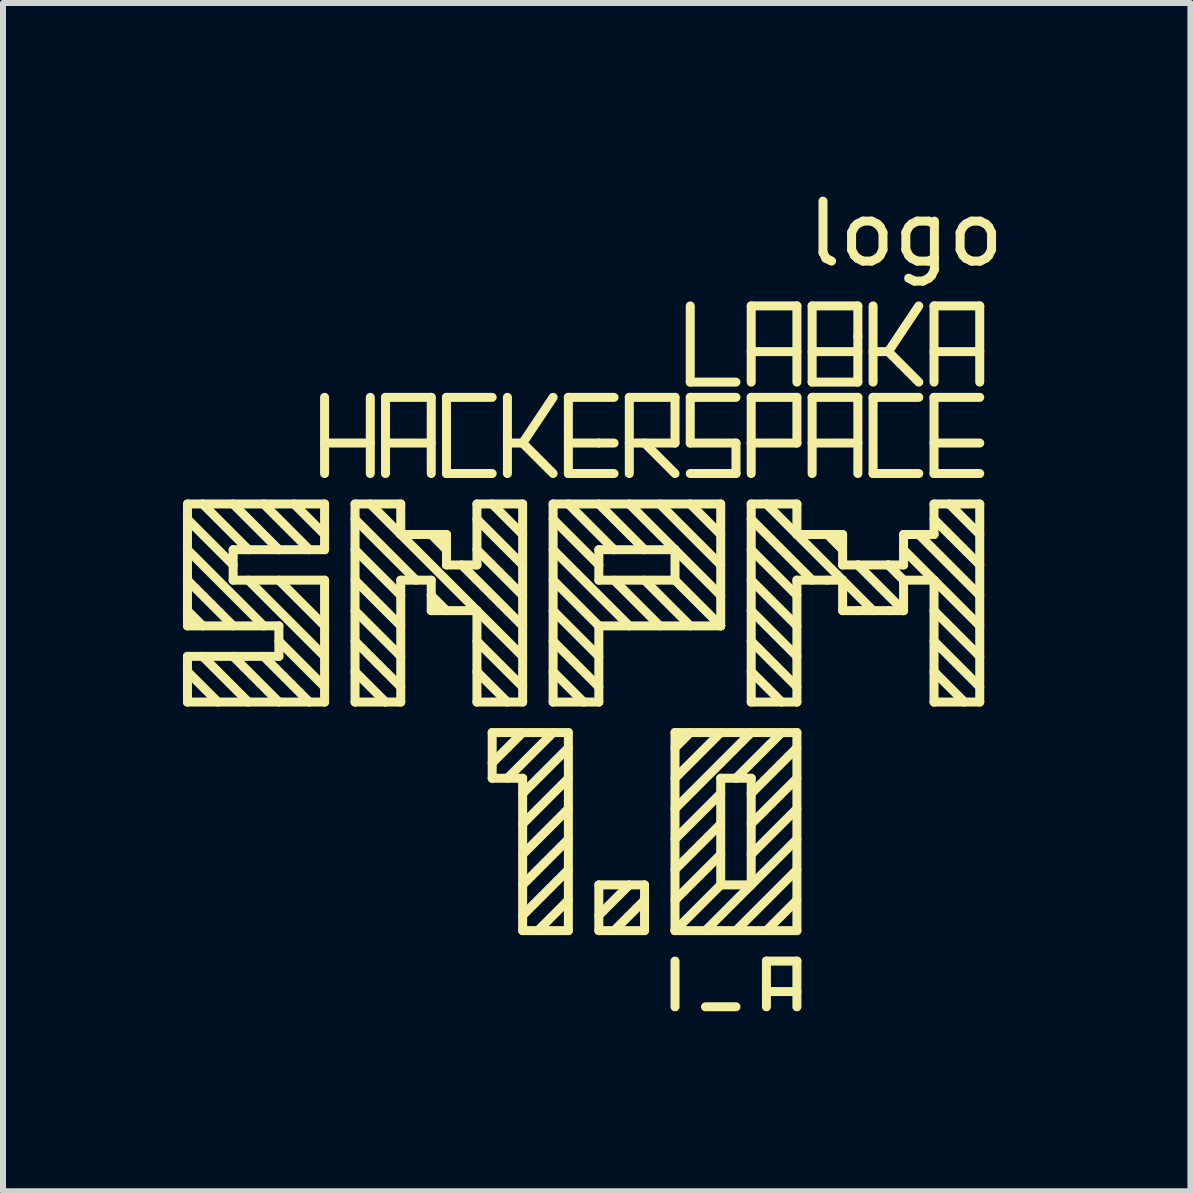
<source format=kicad_pcb>
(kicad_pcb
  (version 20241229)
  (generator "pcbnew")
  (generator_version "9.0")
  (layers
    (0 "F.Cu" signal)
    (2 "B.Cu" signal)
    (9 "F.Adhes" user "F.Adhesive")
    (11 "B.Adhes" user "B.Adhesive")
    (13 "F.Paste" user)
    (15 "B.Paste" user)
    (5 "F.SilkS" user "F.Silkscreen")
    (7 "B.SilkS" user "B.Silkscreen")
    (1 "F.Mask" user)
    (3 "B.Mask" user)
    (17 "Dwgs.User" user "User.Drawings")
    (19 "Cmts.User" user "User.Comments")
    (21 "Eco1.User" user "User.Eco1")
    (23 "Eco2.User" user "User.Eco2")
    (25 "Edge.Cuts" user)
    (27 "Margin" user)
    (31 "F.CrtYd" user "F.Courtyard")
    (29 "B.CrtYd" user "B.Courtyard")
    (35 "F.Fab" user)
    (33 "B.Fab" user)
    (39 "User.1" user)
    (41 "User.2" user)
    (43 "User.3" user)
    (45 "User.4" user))
  (footprint "logo"
    (layer "F.Cu")
    (at 7.187 6.622)
    (property "Reference" "logo" (at 4.864 -5.774 0) (layer "F.SilkS") (effects (font (size 1 1) (thickness 0.15))))
    (attr through_hole)
    (fp_line (start -7.112 -1.27) (end -4.826 -1.27) (stroke (width 0.15) (type solid)) (layer "F.SilkS"))
    (fp_line (start -7.112 0) (end -6.35 0.762) (stroke (width 0.15) (type solid)) (layer "F.SilkS"))
    (fp_line (start -7.112 0.508) (end -6.858 0.762) (stroke (width 0.15) (type solid)) (layer "F.SilkS"))
    (fp_line (start -7.112 0.762) (end -7.112 -1.27) (stroke (width 0.15) (type solid)) (layer "F.SilkS"))
    (fp_line (start -7.112 1.27) (end -5.588 1.27) (stroke (width 0.15) (type solid)) (layer "F.SilkS"))
    (fp_line (start -7.112 1.524) (end -6.604 2.032) (stroke (width 0.15) (type solid)) (layer "F.SilkS"))
    (fp_line (start -7.112 2.032) (end -7.112 1.27) (stroke (width 0.15) (type solid)) (layer "F.SilkS"))
    (fp_line (start -6.858 -1.27) (end -6.096 -0.508) (stroke (width 0.15) (type solid)) (layer "F.SilkS"))
    (fp_line (start -6.858 1.27) (end -6.096 2.032) (stroke (width 0.15) (type solid)) (layer "F.SilkS"))
    (fp_line (start -6.35 -1.27) (end -5.588 -0.508) (stroke (width 0.15) (type solid)) (layer "F.SilkS"))
    (fp_line (start -6.35 -0.508) (end -6.35 0) (stroke (width 0.15) (type solid)) (layer "F.SilkS"))
    (fp_line (start -6.35 -0.254) (end -7.112 -1.016) (stroke (width 0.15) (type solid)) (layer "F.SilkS"))
    (fp_line (start -6.35 0) (end -4.826 0) (stroke (width 0.15) (type solid)) (layer "F.SilkS"))
    (fp_line (start -6.35 1.27) (end -5.588 2.032) (stroke (width 0.15) (type solid)) (layer "F.SilkS"))
    (fp_line (start -6.096 0) (end -4.826 1.27) (stroke (width 0.15) (type solid)) (layer "F.SilkS"))
    (fp_line (start -5.842 -1.27) (end -5.08 -0.508) (stroke (width 0.15) (type solid)) (layer "F.SilkS"))
    (fp_line (start -5.842 0.762) (end -7.112 -0.508) (stroke (width 0.15) (type solid)) (layer "F.SilkS"))
    (fp_line (start -5.842 1.27) (end -5.08 2.032) (stroke (width 0.15) (type solid)) (layer "F.SilkS"))
    (fp_line (start -5.588 0) (end -4.826 0.762) (stroke (width 0.15) (type solid)) (layer "F.SilkS"))
    (fp_line (start -5.588 0.762) (end -7.112 0.762) (stroke (width 0.15) (type solid)) (layer "F.SilkS"))
    (fp_line (start -5.588 1.016) (end -4.826 1.778) (stroke (width 0.15) (type solid)) (layer "F.SilkS"))
    (fp_line (start -5.588 1.27) (end -5.588 0.762) (stroke (width 0.15) (type solid)) (layer "F.SilkS"))
    (fp_line (start -5.334 -1.27) (end -4.826 -0.762) (stroke (width 0.15) (type solid)) (layer "F.SilkS"))
    (fp_line (start -4.826 -3.048) (end -4.826 -1.778) (stroke (width 0.15) (type solid)) (layer "F.SilkS"))
    (fp_line (start -4.826 -2.286) (end -4.064 -2.286) (stroke (width 0.15) (type solid)) (layer "F.SilkS"))
    (fp_line (start -4.826 -1.27) (end -4.826 -0.508) (stroke (width 0.15) (type solid)) (layer "F.SilkS"))
    (fp_line (start -4.826 -0.508) (end -6.35 -0.508) (stroke (width 0.15) (type solid)) (layer "F.SilkS"))
    (fp_line (start -4.826 0) (end -4.826 2.032) (stroke (width 0.15) (type solid)) (layer "F.SilkS"))
    (fp_line (start -4.826 2.032) (end -7.112 2.032) (stroke (width 0.15) (type solid)) (layer "F.SilkS"))
    (fp_line (start -4.318 -1.27) (end -3.556 -1.27) (stroke (width 0.15) (type solid)) (layer "F.SilkS"))
    (fp_line (start -4.318 -1.016) (end -3.302 0) (stroke (width 0.15) (type solid)) (layer "F.SilkS"))
    (fp_line (start -4.318 -0.508) (end -3.556 0.254) (stroke (width 0.15) (type solid)) (layer "F.SilkS"))
    (fp_line (start -4.318 0) (end -3.556 0.762) (stroke (width 0.15) (type solid)) (layer "F.SilkS"))
    (fp_line (start -4.318 0.508) (end -3.556 1.27) (stroke (width 0.15) (type solid)) (layer "F.SilkS"))
    (fp_line (start -4.318 1.016) (end -3.556 1.778) (stroke (width 0.15) (type solid)) (layer "F.SilkS"))
    (fp_line (start -4.318 1.524) (end -3.81 2.032) (stroke (width 0.15) (type solid)) (layer "F.SilkS"))
    (fp_line (start -4.318 2.032) (end -4.318 -1.27) (stroke (width 0.15) (type solid)) (layer "F.SilkS"))
    (fp_line (start -4.064 -3.048) (end -4.064 -1.778) (stroke (width 0.15) (type solid)) (layer "F.SilkS"))
    (fp_line (start -4.064 -1.27) (end -2.286 0.508) (stroke (width 0.15) (type solid)) (layer "F.SilkS"))
    (fp_line (start -3.81 -3.048) (end -3.048 -3.048) (stroke (width 0.15) (type solid)) (layer "F.SilkS"))
    (fp_line (start -3.81 -1.778) (end -3.81 -3.048) (stroke (width 0.15) (type solid)) (layer "F.SilkS"))
    (fp_line (start -3.81 2.032) (end -4.318 2.032) (stroke (width 0.15) (type solid)) (layer "F.SilkS"))
    (fp_line (start -3.556 -1.27) (end -3.556 -0.762) (stroke (width 0.15) (type solid)) (layer "F.SilkS"))
    (fp_line (start -3.556 -0.762) (end -2.794 -0.762) (stroke (width 0.15) (type solid)) (layer "F.SilkS"))
    (fp_line (start -3.556 0) (end -3.556 2.032) (stroke (width 0.15) (type solid)) (layer "F.SilkS"))
    (fp_line (start -3.556 2.032) (end -3.81 2.032) (stroke (width 0.15) (type solid)) (layer "F.SilkS"))
    (fp_line (start -3.048 -3.048) (end -3.048 -1.778) (stroke (width 0.15) (type solid)) (layer "F.SilkS"))
    (fp_line (start -3.048 -2.286) (end -3.81 -2.286) (stroke (width 0.15) (type solid)) (layer "F.SilkS"))
    (fp_line (start -3.048 -0.762) (end -2.794 -0.508) (stroke (width 0.15) (type solid)) (layer "F.SilkS"))
    (fp_line (start -3.048 0) (end -3.556 0) (stroke (width 0.15) (type solid)) (layer "F.SilkS"))
    (fp_line (start -3.048 0.254) (end -3.048 0) (stroke (width 0.15) (type solid)) (layer "F.SilkS"))
    (fp_line (start -3.048 0.254) (end -2.794 0.508) (stroke (width 0.15) (type solid)) (layer "F.SilkS"))
    (fp_line (start -3.048 0.508) (end -3.048 0.254) (stroke (width 0.15) (type solid)) (layer "F.SilkS"))
    (fp_line (start -2.794 -3.048) (end -2.794 -1.778) (stroke (width 0.15) (type solid)) (layer "F.SilkS"))
    (fp_line (start -2.794 -1.778) (end -2.032 -1.778) (stroke (width 0.15) (type solid)) (layer "F.SilkS"))
    (fp_line (start -2.794 -0.762) (end -2.794 -0.254) (stroke (width 0.15) (type solid)) (layer "F.SilkS"))
    (fp_line (start -2.794 -0.254) (end -2.286 -0.254) (stroke (width 0.15) (type solid)) (layer "F.SilkS"))
    (fp_line (start -2.54 -0.254) (end -1.524 0.762) (stroke (width 0.15) (type solid)) (layer "F.SilkS"))
    (fp_line (start -2.286 -1.27) (end -1.524 -1.27) (stroke (width 0.15) (type solid)) (layer "F.SilkS"))
    (fp_line (start -2.286 -1.016) (end -1.524 -0.254) (stroke (width 0.15) (type solid)) (layer "F.SilkS"))
    (fp_line (start -2.286 -0.508) (end -1.524 0.254) (stroke (width 0.15) (type solid)) (layer "F.SilkS"))
    (fp_line (start -2.286 -0.254) (end -2.286 -1.27) (stroke (width 0.15) (type solid)) (layer "F.SilkS"))
    (fp_line (start -2.286 0.508) (end -3.048 0.508) (stroke (width 0.15) (type solid)) (layer "F.SilkS"))
    (fp_line (start -2.286 0.508) (end -1.524 1.27) (stroke (width 0.15) (type solid)) (layer "F.SilkS"))
    (fp_line (start -2.286 1.016) (end -1.524 1.778) (stroke (width 0.15) (type solid)) (layer "F.SilkS"))
    (fp_line (start -2.286 1.524) (end -1.778 2.032) (stroke (width 0.15) (type solid)) (layer "F.SilkS"))
    (fp_line (start -2.286 2.032) (end -2.286 0.508) (stroke (width 0.15) (type solid)) (layer "F.SilkS"))
    (fp_line (start -2.032 -3.048) (end -2.794 -3.048) (stroke (width 0.15) (type solid)) (layer "F.SilkS"))
    (fp_line (start -2.032 -1.27) (end -1.524 -0.762) (stroke (width 0.15) (type solid)) (layer "F.SilkS"))
    (fp_line (start -2.032 2.54) (end -1.524 2.54) (stroke (width 0.15) (type solid)) (layer "F.SilkS"))
    (fp_line (start -2.032 3.048) (end -1.524 2.54) (stroke (width 0.15) (type solid)) (layer "F.SilkS"))
    (fp_line (start -2.032 3.302) (end -2.032 2.54) (stroke (width 0.15) (type solid)) (layer "F.SilkS"))
    (fp_line (start -1.778 -3.048) (end -1.778 -1.778) (stroke (width 0.15) (type solid)) (layer "F.SilkS"))
    (fp_line (start -1.778 -2.286) (end -1.524 -2.286) (stroke (width 0.15) (type solid)) (layer "F.SilkS"))
    (fp_line (start -1.778 3.302) (end -1.016 2.54) (stroke (width 0.15) (type solid)) (layer "F.SilkS"))
    (fp_line (start -1.524 -2.286) (end -1.016 -3.048) (stroke (width 0.15) (type solid)) (layer "F.SilkS"))
    (fp_line (start -1.524 -2.286) (end -1.016 -1.778) (stroke (width 0.15) (type solid)) (layer "F.SilkS"))
    (fp_line (start -1.524 -1.27) (end -1.524 2.032) (stroke (width 0.15) (type solid)) (layer "F.SilkS"))
    (fp_line (start -1.524 2.032) (end -2.286 2.032) (stroke (width 0.15) (type solid)) (layer "F.SilkS"))
    (fp_line (start -1.524 2.54) (end -0.762 2.54) (stroke (width 0.15) (type solid)) (layer "F.SilkS"))
    (fp_line (start -1.524 3.302) (end -2.032 3.302) (stroke (width 0.15) (type solid)) (layer "F.SilkS"))
    (fp_line (start -1.524 3.556) (end -0.762 2.794) (stroke (width 0.15) (type solid)) (layer "F.SilkS"))
    (fp_line (start -1.524 4.064) (end -0.762 3.302) (stroke (width 0.15) (type solid)) (layer "F.SilkS"))
    (fp_line (start -1.524 4.572) (end -0.762 3.81) (stroke (width 0.15) (type solid)) (layer "F.SilkS"))
    (fp_line (start -1.524 5.08) (end -0.762 4.318) (stroke (width 0.15) (type solid)) (layer "F.SilkS"))
    (fp_line (start -1.524 5.588) (end -0.762 4.826) (stroke (width 0.15) (type solid)) (layer "F.SilkS"))
    (fp_line (start -1.524 5.842) (end -1.524 3.302) (stroke (width 0.15) (type solid)) (layer "F.SilkS"))
    (fp_line (start -1.27 5.842) (end -0.762 5.334) (stroke (width 0.15) (type solid)) (layer "F.SilkS"))
    (fp_line (start -1.016 -1.27) (end 1.778 -1.27) (stroke (width 0.15) (type solid)) (layer "F.SilkS"))
    (fp_line (start -1.016 -1.016) (end -0.254 -0.254) (stroke (width 0.15) (type solid)) (layer "F.SilkS"))
    (fp_line (start -1.016 -0.508) (end 0.254 0.762) (stroke (width 0.15) (type solid)) (layer "F.SilkS"))
    (fp_line (start -1.016 0) (end -0.254 0.762) (stroke (width 0.15) (type solid)) (layer "F.SilkS"))
    (fp_line (start -1.016 0.508) (end -0.254 1.27) (stroke (width 0.15) (type solid)) (layer "F.SilkS"))
    (fp_line (start -1.016 1.016) (end -0.254 1.778) (stroke (width 0.15) (type solid)) (layer "F.SilkS"))
    (fp_line (start -1.016 1.524) (end -0.508 2.032) (stroke (width 0.15) (type solid)) (layer "F.SilkS"))
    (fp_line (start -1.016 2.032) (end -1.016 -1.27) (stroke (width 0.15) (type solid)) (layer "F.SilkS"))
    (fp_line (start -0.762 -3.048) (end -0.762 -1.778) (stroke (width 0.15) (type solid)) (layer "F.SilkS"))
    (fp_line (start -0.762 -3.048) (end 0 -3.048) (stroke (width 0.15) (type solid)) (layer "F.SilkS"))
    (fp_line (start -0.762 -2.286) (end -0.254 -2.286) (stroke (width 0.15) (type solid)) (layer "F.SilkS"))
    (fp_line (start -0.762 -1.778) (end 0 -1.778) (stroke (width 0.15) (type solid)) (layer "F.SilkS"))
    (fp_line (start -0.762 -1.27) (end 0 -0.508) (stroke (width 0.15) (type solid)) (layer "F.SilkS"))
    (fp_line (start -0.762 2.54) (end -0.762 5.842) (stroke (width 0.15) (type solid)) (layer "F.SilkS"))
    (fp_line (start -0.762 5.842) (end -1.524 5.842) (stroke (width 0.15) (type solid)) (layer "F.SilkS"))
    (fp_line (start -0.254 -2.286) (end 0 -2.286) (stroke (width 0.15) (type solid)) (layer "F.SilkS"))
    (fp_line (start -0.254 -0.508) (end -0.254 0) (stroke (width 0.15) (type solid)) (layer "F.SilkS"))
    (fp_line (start -0.254 0) (end 1.016 0) (stroke (width 0.15) (type solid)) (layer "F.SilkS"))
    (fp_line (start -0.254 0.762) (end -0.254 2.032) (stroke (width 0.15) (type solid)) (layer "F.SilkS"))
    (fp_line (start -0.254 2.032) (end -1.016 2.032) (stroke (width 0.15) (type solid)) (layer "F.SilkS"))
    (fp_line (start -0.254 5.08) (end 0.508 5.08) (stroke (width 0.15) (type solid)) (layer "F.SilkS"))
    (fp_line (start -0.254 5.588) (end 0.254 5.08) (stroke (width 0.15) (type solid)) (layer "F.SilkS"))
    (fp_line (start -0.254 5.842) (end -0.254 5.08) (stroke (width 0.15) (type solid)) (layer "F.SilkS"))
    (fp_line (start 0 0) (end 0.762 0.762) (stroke (width 0.15) (type solid)) (layer "F.SilkS"))
    (fp_line (start 0 5.842) (end 0.508 5.334) (stroke (width 0.15) (type solid)) (layer "F.SilkS"))
    (fp_line (start 0.254 -3.048) (end 0.254 -1.778) (stroke (width 0.15) (type solid)) (layer "F.SilkS"))
    (fp_line (start 0.254 -3.048) (end 1.016 -3.048) (stroke (width 0.15) (type solid)) (layer "F.SilkS"))
    (fp_line (start 0.254 -1.27) (end 1.016 -0.508) (stroke (width 0.15) (type solid)) (layer "F.SilkS"))
    (fp_line (start 0.508 -2.286) (end 1.016 -1.778) (stroke (width 0.15) (type solid)) (layer "F.SilkS"))
    (fp_line (start 0.508 -0.508) (end -0.254 -1.27) (stroke (width 0.15) (type solid)) (layer "F.SilkS"))
    (fp_line (start 0.508 0) (end 1.27 0.762) (stroke (width 0.15) (type solid)) (layer "F.SilkS"))
    (fp_line (start 0.508 5.08) (end 0.508 5.842) (stroke (width 0.15) (type solid)) (layer "F.SilkS"))
    (fp_line (start 0.508 5.842) (end -0.254 5.842) (stroke (width 0.15) (type solid)) (layer "F.SilkS"))
    (fp_line (start 0.762 -1.27) (end 1.778 -0.254) (stroke (width 0.15) (type solid)) (layer "F.SilkS"))
    (fp_line (start 1.016 -3.048) (end 1.016 -2.286) (stroke (width 0.15) (type solid)) (layer "F.SilkS"))
    (fp_line (start 1.016 -2.286) (end 0.254 -2.286) (stroke (width 0.15) (type solid)) (layer "F.SilkS"))
    (fp_line (start 1.016 -0.508) (end -0.254 -0.508) (stroke (width 0.15) (type solid)) (layer "F.SilkS"))
    (fp_line (start 1.016 -0.508) (end 1.778 0.254) (stroke (width 0.15) (type solid)) (layer "F.SilkS"))
    (fp_line (start 1.016 0) (end 1.016 -0.508) (stroke (width 0.15) (type solid)) (layer "F.SilkS"))
    (fp_line (start 1.016 2.54) (end 3.048 2.54) (stroke (width 0.15) (type solid)) (layer "F.SilkS"))
    (fp_line (start 1.016 2.794) (end 1.27 2.54) (stroke (width 0.15) (type solid)) (layer "F.SilkS"))
    (fp_line (start 1.016 3.302) (end 1.778 2.54) (stroke (width 0.15) (type solid)) (layer "F.SilkS"))
    (fp_line (start 1.016 3.81) (end 1.778 3.048) (stroke (width 0.15) (type solid)) (layer "F.SilkS"))
    (fp_line (start 1.016 4.318) (end 1.778 3.556) (stroke (width 0.15) (type solid)) (layer "F.SilkS"))
    (fp_line (start 1.016 4.826) (end 1.778 4.064) (stroke (width 0.15) (type solid)) (layer "F.SilkS"))
    (fp_line (start 1.016 5.334) (end 1.778 4.572) (stroke (width 0.15) (type solid)) (layer "F.SilkS"))
    (fp_line (start 1.016 5.842) (end 1.016 2.54) (stroke (width 0.15) (type solid)) (layer "F.SilkS"))
    (fp_line (start 1.016 5.842) (end 1.778 5.08) (stroke (width 0.15) (type solid)) (layer "F.SilkS"))
    (fp_line (start 1.016 7.112) (end 1.016 6.35) (stroke (width 0.15) (type solid)) (layer "F.SilkS"))
    (fp_line (start 1.27 -4.572) (end 1.27 -3.302) (stroke (width 0.15) (type solid)) (layer "F.SilkS"))
    (fp_line (start 1.27 -3.302) (end 2.032 -3.302) (stroke (width 0.15) (type solid)) (layer "F.SilkS"))
    (fp_line (start 1.27 -3.048) (end 1.27 -2.286) (stroke (width 0.15) (type solid)) (layer "F.SilkS"))
    (fp_line (start 1.27 -2.286) (end 2.032 -2.286) (stroke (width 0.15) (type solid)) (layer "F.SilkS"))
    (fp_line (start 1.27 -1.27) (end 1.778 -0.762) (stroke (width 0.15) (type solid)) (layer "F.SilkS"))
    (fp_line (start 1.524 5.842) (end 2.286 5.08) (stroke (width 0.15) (type solid)) (layer "F.SilkS"))
    (fp_line (start 1.524 7.112) (end 2.032 7.112) (stroke (width 0.15) (type solid)) (layer "F.SilkS"))
    (fp_line (start 1.778 -1.27) (end 1.778 0.762) (stroke (width 0.15) (type solid)) (layer "F.SilkS"))
    (fp_line (start 1.778 0.762) (end -0.254 0.762) (stroke (width 0.15) (type solid)) (layer "F.SilkS"))
    (fp_line (start 1.778 0.762) (end 1.016 0) (stroke (width 0.15) (type solid)) (layer "F.SilkS"))
    (fp_line (start 1.778 3.048) (end 2.286 2.54) (stroke (width 0.15) (type solid)) (layer "F.SilkS"))
    (fp_line (start 1.778 3.302) (end 1.778 5.08) (stroke (width 0.15) (type solid)) (layer "F.SilkS"))
    (fp_line (start 1.778 5.08) (end 2.286 5.08) (stroke (width 0.15) (type solid)) (layer "F.SilkS"))
    (fp_line (start 2.032 -3.048) (end 1.27 -3.048) (stroke (width 0.15) (type solid)) (layer "F.SilkS"))
    (fp_line (start 2.032 -2.286) (end 2.032 -1.778) (stroke (width 0.15) (type solid)) (layer "F.SilkS"))
    (fp_line (start 2.032 -1.778) (end 1.27 -1.778) (stroke (width 0.15) (type solid)) (layer "F.SilkS"))
    (fp_line (start 2.032 3.302) (end 2.794 2.54) (stroke (width 0.15) (type solid)) (layer "F.SilkS"))
    (fp_line (start 2.032 5.842) (end 3.048 4.826) (stroke (width 0.15) (type solid)) (layer "F.SilkS"))
    (fp_line (start 2.286 -4.572) (end 3.048 -4.572) (stroke (width 0.15) (type solid)) (layer "F.SilkS"))
    (fp_line (start 2.286 -3.302) (end 2.286 -4.572) (stroke (width 0.15) (type solid)) (layer "F.SilkS"))
    (fp_line (start 2.286 -3.048) (end 3.048 -3.048) (stroke (width 0.15) (type solid)) (layer "F.SilkS"))
    (fp_line (start 2.286 -1.778) (end 2.286 -3.048) (stroke (width 0.15) (type solid)) (layer "F.SilkS"))
    (fp_line (start 2.286 -1.27) (end 2.286 2.032) (stroke (width 0.15) (type solid)) (layer "F.SilkS"))
    (fp_line (start 2.286 -1.27) (end 3.048 -1.27) (stroke (width 0.15) (type solid)) (layer "F.SilkS"))
    (fp_line (start 2.286 -1.016) (end 3.302 0) (stroke (width 0.15) (type solid)) (layer "F.SilkS"))
    (fp_line (start 2.286 -0.508) (end 3.048 0.254) (stroke (width 0.15) (type solid)) (layer "F.SilkS"))
    (fp_line (start 2.286 0) (end 3.048 0.762) (stroke (width 0.15) (type solid)) (layer "F.SilkS"))
    (fp_line (start 2.286 0.508) (end 3.048 1.27) (stroke (width 0.15) (type solid)) (layer "F.SilkS"))
    (fp_line (start 2.286 1.016) (end 3.048 1.778) (stroke (width 0.15) (type solid)) (layer "F.SilkS"))
    (fp_line (start 2.286 1.524) (end 2.794 2.032) (stroke (width 0.15) (type solid)) (layer "F.SilkS"))
    (fp_line (start 2.286 3.302) (end 1.778 3.302) (stroke (width 0.15) (type solid)) (layer "F.SilkS"))
    (fp_line (start 2.286 3.556) (end 3.048 2.794) (stroke (width 0.15) (type solid)) (layer "F.SilkS"))
    (fp_line (start 2.286 4.064) (end 3.048 3.302) (stroke (width 0.15) (type solid)) (layer "F.SilkS"))
    (fp_line (start 2.286 4.572) (end 3.048 3.81) (stroke (width 0.15) (type solid)) (layer "F.SilkS"))
    (fp_line (start 2.286 5.08) (end 2.286 3.302) (stroke (width 0.15) (type solid)) (layer "F.SilkS"))
    (fp_line (start 2.286 5.08) (end 3.048 4.318) (stroke (width 0.15) (type solid)) (layer "F.SilkS"))
    (fp_line (start 2.54 -1.27) (end 3.81 0) (stroke (width 0.15) (type solid)) (layer "F.SilkS"))
    (fp_line (start 2.54 5.842) (end 3.048 5.334) (stroke (width 0.15) (type solid)) (layer "F.SilkS"))
    (fp_line (start 2.54 6.35) (end 3.048 6.35) (stroke (width 0.15) (type solid)) (layer "F.SilkS"))
    (fp_line (start 2.54 6.858) (end 3.048 6.858) (stroke (width 0.15) (type solid)) (layer "F.SilkS"))
    (fp_line (start 2.54 7.112) (end 2.54 6.35) (stroke (width 0.15) (type solid)) (layer "F.SilkS"))
    (fp_line (start 3.048 -4.572) (end 3.048 -3.302) (stroke (width 0.15) (type solid)) (layer "F.SilkS"))
    (fp_line (start 3.048 -3.81) (end 2.286 -3.81) (stroke (width 0.15) (type solid)) (layer "F.SilkS"))
    (fp_line (start 3.048 -3.048) (end 3.048 -2.286) (stroke (width 0.15) (type solid)) (layer "F.SilkS"))
    (fp_line (start 3.048 -2.286) (end 2.286 -2.286) (stroke (width 0.15) (type solid)) (layer "F.SilkS"))
    (fp_line (start 3.048 -1.27) (end 3.048 -0.762) (stroke (width 0.15) (type solid)) (layer "F.SilkS"))
    (fp_line (start 3.048 -0.762) (end 3.556 -0.762) (stroke (width 0.15) (type solid)) (layer "F.SilkS"))
    (fp_line (start 3.048 0) (end 3.048 2.032) (stroke (width 0.15) (type solid)) (layer "F.SilkS"))
    (fp_line (start 3.048 0) (end 3.556 0) (stroke (width 0.15) (type solid)) (layer "F.SilkS"))
    (fp_line (start 3.048 2.032) (end 2.286 2.032) (stroke (width 0.15) (type solid)) (layer "F.SilkS"))
    (fp_line (start 3.048 2.54) (end 3.048 5.842) (stroke (width 0.15) (type solid)) (layer "F.SilkS"))
    (fp_line (start 3.048 5.842) (end 1.016 5.842) (stroke (width 0.15) (type solid)) (layer "F.SilkS"))
    (fp_line (start 3.048 6.35) (end 3.048 7.112) (stroke (width 0.15) (type solid)) (layer "F.SilkS"))
    (fp_line (start 3.302 -4.572) (end 3.302 -3.302) (stroke (width 0.15) (type solid)) (layer "F.SilkS"))
    (fp_line (start 3.302 -3.81) (end 4.064 -3.81) (stroke (width 0.15) (type solid)) (layer "F.SilkS"))
    (fp_line (start 3.302 -3.302) (end 4.064 -3.302) (stroke (width 0.15) (type solid)) (layer "F.SilkS"))
    (fp_line (start 3.302 -3.048) (end 4.064 -3.048) (stroke (width 0.15) (type solid)) (layer "F.SilkS"))
    (fp_line (start 3.302 -2.286) (end 4.064 -2.286) (stroke (width 0.15) (type solid)) (layer "F.SilkS"))
    (fp_line (start 3.302 -1.778) (end 3.302 -3.048) (stroke (width 0.15) (type solid)) (layer "F.SilkS"))
    (fp_line (start 3.556 -0.762) (end 3.81 -0.762) (stroke (width 0.15) (type solid)) (layer "F.SilkS"))
    (fp_line (start 3.556 -0.762) (end 3.81 -0.508) (stroke (width 0.15) (type solid)) (layer "F.SilkS"))
    (fp_line (start 3.556 0) (end 3.81 0) (stroke (width 0.15) (type solid)) (layer "F.SilkS"))
    (fp_line (start 3.81 -0.762) (end 3.81 -0.254) (stroke (width 0.15) (type solid)) (layer "F.SilkS"))
    (fp_line (start 3.81 -0.254) (end 4.064 -0.254) (stroke (width 0.15) (type solid)) (layer "F.SilkS"))
    (fp_line (start 3.81 0) (end 3.81 0.508) (stroke (width 0.15) (type solid)) (layer "F.SilkS"))
    (fp_line (start 3.81 0) (end 4.318 0.508) (stroke (width 0.15) (type solid)) (layer "F.SilkS"))
    (fp_line (start 3.81 0.508) (end 4.064 0.508) (stroke (width 0.15) (type solid)) (layer "F.SilkS"))
    (fp_line (start 4.064 -4.572) (end 3.302 -4.572) (stroke (width 0.15) (type solid)) (layer "F.SilkS"))
    (fp_line (start 4.064 -4.064) (end 4.064 -4.572) (stroke (width 0.15) (type solid)) (layer "F.SilkS"))
    (fp_line (start 4.064 -3.302) (end 4.064 -4.064) (stroke (width 0.15) (type solid)) (layer "F.SilkS"))
    (fp_line (start 4.064 -3.048) (end 4.064 -1.778) (stroke (width 0.15) (type solid)) (layer "F.SilkS"))
    (fp_line (start 4.064 -0.254) (end 4.572 -0.254) (stroke (width 0.15) (type solid)) (layer "F.SilkS"))
    (fp_line (start 4.064 -0.254) (end 4.826 0.508) (stroke (width 0.15) (type solid)) (layer "F.SilkS"))
    (fp_line (start 4.318 -4.572) (end 4.318 -3.302) (stroke (width 0.15) (type solid)) (layer "F.SilkS"))
    (fp_line (start 4.318 -3.81) (end 4.572 -3.81) (stroke (width 0.15) (type solid)) (layer "F.SilkS"))
    (fp_line (start 4.318 -3.048) (end 5.08 -3.048) (stroke (width 0.15) (type solid)) (layer "F.SilkS"))
    (fp_line (start 4.318 -1.778) (end 4.318 -3.048) (stroke (width 0.15) (type solid)) (layer "F.SilkS"))
    (fp_line (start 4.572 -3.81) (end 5.08 -4.572) (stroke (width 0.15) (type solid)) (layer "F.SilkS"))
    (fp_line (start 4.572 -3.81) (end 5.08 -3.302) (stroke (width 0.15) (type solid)) (layer "F.SilkS"))
    (fp_line (start 4.572 -0.254) (end 4.826 -0.254) (stroke (width 0.15) (type solid)) (layer "F.SilkS"))
    (fp_line (start 4.572 -0.254) (end 4.826 0) (stroke (width 0.15) (type solid)) (layer "F.SilkS"))
    (fp_line (start 4.572 0.508) (end 4.064 0.508) (stroke (width 0.15) (type solid)) (layer "F.SilkS"))
    (fp_line (start 4.572 0.508) (end 4.826 0.508) (stroke (width 0.15) (type solid)) (layer "F.SilkS"))
    (fp_line (start 4.826 -0.762) (end 5.334 -0.762) (stroke (width 0.15) (type solid)) (layer "F.SilkS"))
    (fp_line (start 4.826 -0.508) (end 5.334 0) (stroke (width 0.15) (type solid)) (layer "F.SilkS"))
    (fp_line (start 4.826 -0.254) (end 4.826 -0.762) (stroke (width 0.15) (type solid)) (layer "F.SilkS"))
    (fp_line (start 4.826 0) (end 4.826 0.508) (stroke (width 0.15) (type solid)) (layer "F.SilkS"))
    (fp_line (start 5.08 -1.778) (end 4.318 -1.778) (stroke (width 0.15) (type solid)) (layer "F.SilkS"))
    (fp_line (start 5.08 -0.762) (end 6.096 0.254) (stroke (width 0.15) (type solid)) (layer "F.SilkS"))
    (fp_line (start 5.334 -4.572) (end 6.096 -4.572) (stroke (width 0.15) (type solid)) (layer "F.SilkS"))
    (fp_line (start 5.334 -3.302) (end 5.334 -4.572) (stroke (width 0.15) (type solid)) (layer "F.SilkS"))
    (fp_line (start 5.334 -3.048) (end 5.334 -1.778) (stroke (width 0.15) (type solid)) (layer "F.SilkS"))
    (fp_line (start 5.334 -2.286) (end 6.096 -2.286) (stroke (width 0.15) (type solid)) (layer "F.SilkS"))
    (fp_line (start 5.334 -1.778) (end 6.096 -1.778) (stroke (width 0.15) (type solid)) (layer "F.SilkS"))
    (fp_line (start 5.334 -1.27) (end 6.096 -1.27) (stroke (width 0.15) (type solid)) (layer "F.SilkS"))
    (fp_line (start 5.334 -1.016) (end 6.096 -0.254) (stroke (width 0.15) (type solid)) (layer "F.SilkS"))
    (fp_line (start 5.334 -0.762) (end 5.334 -1.27) (stroke (width 0.15) (type solid)) (layer "F.SilkS"))
    (fp_line (start 5.334 0) (end 4.826 0) (stroke (width 0.15) (type solid)) (layer "F.SilkS"))
    (fp_line (start 5.334 0) (end 6.096 0.762) (stroke (width 0.15) (type solid)) (layer "F.SilkS"))
    (fp_line (start 5.334 0.508) (end 6.096 1.27) (stroke (width 0.15) (type solid)) (layer "F.SilkS"))
    (fp_line (start 5.334 1.016) (end 6.096 1.778) (stroke (width 0.15) (type solid)) (layer "F.SilkS"))
    (fp_line (start 5.334 1.524) (end 5.842 2.032) (stroke (width 0.15) (type solid)) (layer "F.SilkS"))
    (fp_line (start 5.334 2.032) (end 5.334 0) (stroke (width 0.15) (type solid)) (layer "F.SilkS"))
    (fp_line (start 5.588 -1.27) (end 6.096 -0.762) (stroke (width 0.15) (type solid)) (layer "F.SilkS"))
    (fp_line (start 6.096 -4.572) (end 6.096 -3.302) (stroke (width 0.15) (type solid)) (layer "F.SilkS"))
    (fp_line (start 6.096 -3.81) (end 5.334 -3.81) (stroke (width 0.15) (type solid)) (layer "F.SilkS"))
    (fp_line (start 6.096 -3.048) (end 5.334 -3.048) (stroke (width 0.15) (type solid)) (layer "F.SilkS"))
    (fp_line (start 6.096 -1.27) (end 6.096 2.032) (stroke (width 0.15) (type solid)) (layer "F.SilkS"))
    (fp_line (start 6.096 2.032) (end 5.334 2.032) (stroke (width 0.15) (type solid)) (layer "F.SilkS")))
  (gr_rect
    (start -3 -3)
    (end 16.795 16.809)
    (stroke (width 0.1) (type default))
    (fill no)
    (layer "Edge.Cuts")))
</source>
